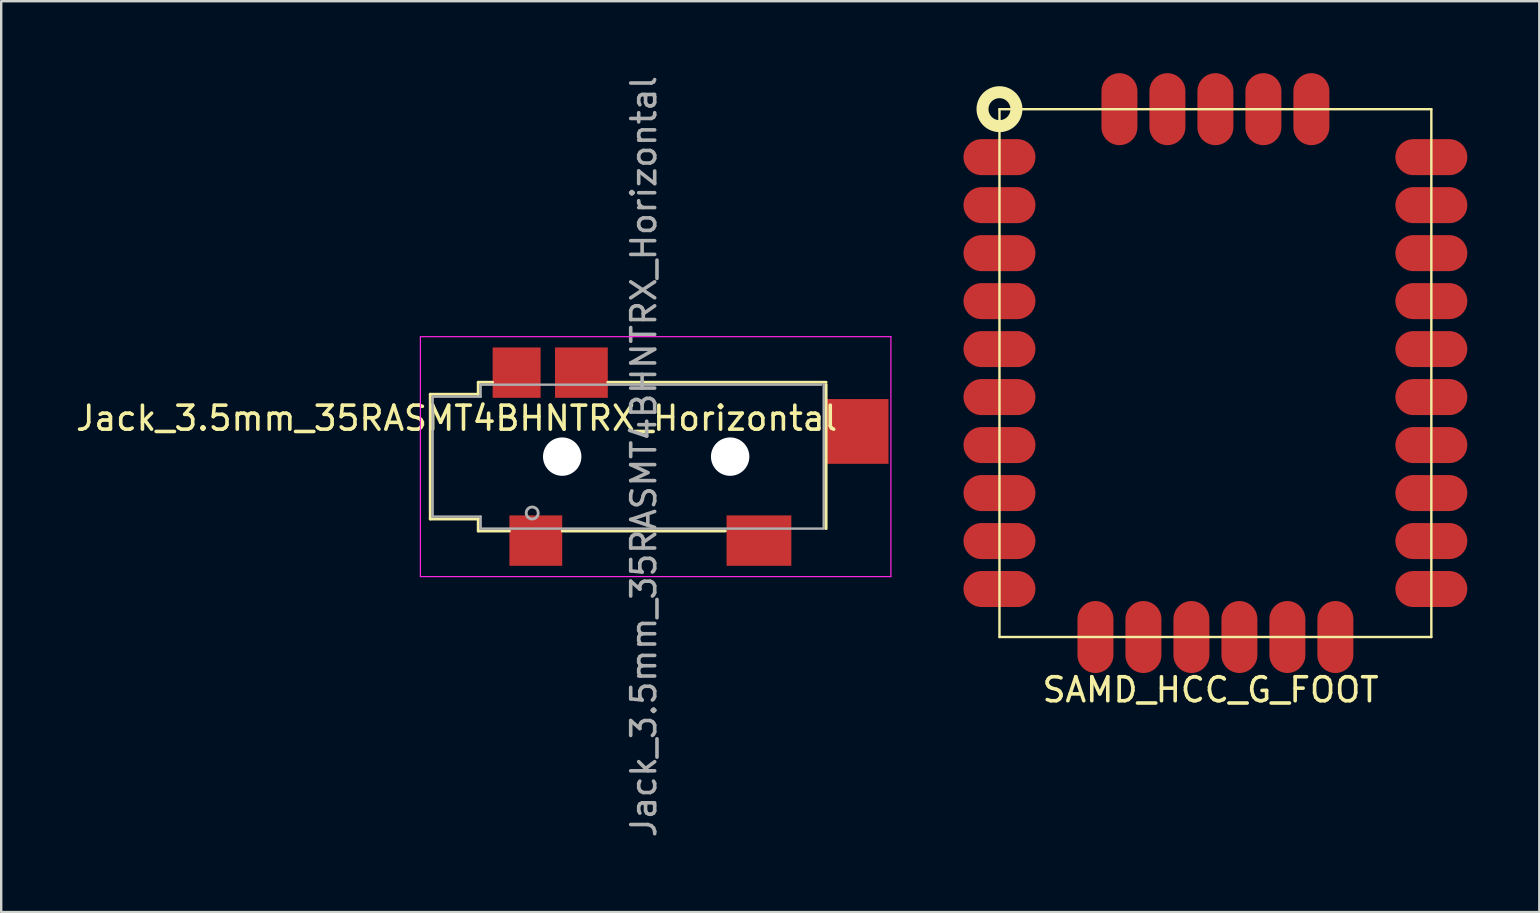
<source format=kicad_pcb>
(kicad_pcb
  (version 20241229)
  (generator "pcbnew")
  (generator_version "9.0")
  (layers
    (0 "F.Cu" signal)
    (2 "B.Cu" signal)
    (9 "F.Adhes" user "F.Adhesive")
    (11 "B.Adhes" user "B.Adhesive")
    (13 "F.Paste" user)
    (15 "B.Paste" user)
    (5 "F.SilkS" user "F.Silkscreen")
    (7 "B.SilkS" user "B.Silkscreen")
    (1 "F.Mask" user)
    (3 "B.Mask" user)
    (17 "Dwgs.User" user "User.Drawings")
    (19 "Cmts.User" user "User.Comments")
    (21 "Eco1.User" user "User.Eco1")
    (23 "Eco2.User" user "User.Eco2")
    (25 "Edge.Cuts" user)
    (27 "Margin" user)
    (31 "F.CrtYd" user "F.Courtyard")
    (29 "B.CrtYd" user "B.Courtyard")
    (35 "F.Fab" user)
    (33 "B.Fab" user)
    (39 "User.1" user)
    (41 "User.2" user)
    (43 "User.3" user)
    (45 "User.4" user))
  (footprint "SAMD_HCC_G_FOOT"
    (layer "F.Cu")
    (at 47.607 12.5)
    (property "Reference" "SAMD_HCC_G_FOOT" (at -0.2 13.2 0) (layer "F.SilkS") (effects (font (size 1 1) (thickness 0.15))))
    (attr through_hole)
    (fp_line (start -9 -11) (end 9 -11) (stroke (width 0.1) (type solid)) (layer "F.SilkS"))
    (fp_line (start -9 11) (end -9 -11) (stroke (width 0.1) (type solid)) (layer "F.SilkS"))
    (fp_line (start 9 -11) (end 9 11) (stroke (width 0.1) (type solid)) (layer "F.SilkS"))
    (fp_line (start 9 11) (end -9 11) (stroke (width 0.1) (type solid)) (layer "F.SilkS"))
    (fp_circle (center -9 -11) (end -8.5 -10.5) (stroke (width 0.5) (type solid)) (fill no) (layer "F.SilkS"))
    (pad "1" smd oval (at -9 -9) (size 3 1.5) (layers "F.Cu" "F.Mask" "F.Paste"))
    (pad "2" smd oval (at -9 -7) (size 3 1.5) (layers "F.Cu" "F.Mask" "F.Paste"))
    (pad "3" smd oval (at -9 -5) (size 3 1.5) (layers "F.Cu" "F.Mask" "F.Paste"))
    (pad "4" smd oval (at -9 -3) (size 3 1.5) (layers "F.Cu" "F.Mask" "F.Paste"))
    (pad "5" smd oval (at -9 -1) (size 3 1.5) (layers "F.Cu" "F.Mask" "F.Paste"))
    (pad "6" smd oval (at -9 1) (size 3 1.5) (layers "F.Cu" "F.Mask" "F.Paste"))
    (pad "7" smd oval (at -9 3) (size 3 1.5) (layers "F.Cu" "F.Mask" "F.Paste"))
    (pad "8" smd oval (at -9 5) (size 3 1.5) (layers "F.Cu" "F.Mask" "F.Paste"))
    (pad "9" smd oval (at -9 7) (size 3 1.5) (layers "F.Cu" "F.Mask" "F.Paste"))
    (pad "10" smd oval (at -9 9) (size 3 1.5) (layers "F.Cu" "F.Mask" "F.Paste"))
    (pad "11" smd oval (at -5 11 270) (size 3 1.5) (layers "F.Cu" "F.Mask" "F.Paste"))
    (pad "12" smd oval (at -3 11 270) (size 3 1.5) (layers "F.Cu" "F.Mask" "F.Paste"))
    (pad "13" smd oval (at -1 11 270) (size 3 1.5) (layers "F.Cu" "F.Mask" "F.Paste"))
    (pad "14" smd oval (at 1 11 270) (size 3 1.5) (layers "F.Cu" "F.Mask" "F.Paste"))
    (pad "15" smd oval (at 3 11 270) (size 3 1.5) (layers "F.Cu" "F.Mask" "F.Paste"))
    (pad "16" smd oval (at 5 11 270) (size 3 1.5) (layers "F.Cu" "F.Mask" "F.Paste"))
    (pad "17" smd oval (at 9 9) (size 3 1.5) (layers "F.Cu" "F.Mask" "F.Paste"))
    (pad "18" smd oval (at 9 7) (size 3 1.5) (layers "F.Cu" "F.Mask" "F.Paste"))
    (pad "19" smd oval (at 9 5) (size 3 1.5) (layers "F.Cu" "F.Mask" "F.Paste"))
    (pad "20" smd oval (at 9 3) (size 3 1.5) (layers "F.Cu" "F.Mask" "F.Paste"))
    (pad "21" smd oval (at 9 1) (size 3 1.5) (layers "F.Cu" "F.Mask" "F.Paste"))
    (pad "22" smd oval (at 9 -1) (size 3 1.5) (layers "F.Cu" "F.Mask" "F.Paste"))
    (pad "23" smd oval (at 9 -3) (size 3 1.5) (layers "F.Cu" "F.Mask" "F.Paste"))
    (pad "24" smd oval (at 9 -5) (size 3 1.5) (layers "F.Cu" "F.Mask" "F.Paste"))
    (pad "25" smd oval (at 9 -7) (size 3 1.5) (layers "F.Cu" "F.Mask" "F.Paste"))
    (pad "26" smd oval (at 9 -9) (size 3 1.5) (layers "F.Cu" "F.Mask" "F.Paste"))
    (pad "27" smd oval (at 4 -11 270) (size 3 1.5) (layers "F.Cu" "F.Mask" "F.Paste"))
    (pad "28" smd oval (at 2 -11 270) (size 3 1.5) (layers "F.Cu" "F.Mask" "F.Paste"))
    (pad "29" smd oval (at 0 -11 270) (size 3 1.5) (layers "F.Cu" "F.Mask" "F.Paste"))
    (pad "30" smd oval (at -2 -11 270) (size 3 1.5) (layers "F.Cu" "F.Mask" "F.Paste"))
    (pad "31" smd oval (at -4 -11 270) (size 3 1.5) (layers "F.Cu" "F.Mask" "F.Paste")))
  (footprint "Jack_3.5mm_35RASMT4BHNTRX_Horizontal"
    (layer "F.Cu")
    (at 16.882 15.982)
    (property "Reference" "Jack_3.5mm_35RASMT4BHNTRX_Horizontal" (at -0.9 -1.6 0) (layer "F.SilkS") (effects (font (size 1 1) (thickness 0.15))))
    (attr smd)
    (fp_line (start -2 -2.6) (end 0 -2.6) (stroke (width 0.12) (type solid)) (layer "F.SilkS"))
    (fp_line (start -2 2.6) (end -2 -2.6) (stroke (width 0.12) (type solid)) (layer "F.SilkS"))
    (fp_line (start 0 -3.1) (end 0.6 -3.1) (stroke (width 0.12) (type solid)) (layer "F.SilkS"))
    (fp_line (start 0 -2.6) (end 0 -3.1) (stroke (width 0.12) (type solid)) (layer "F.SilkS"))
    (fp_line (start 0 2.6) (end -2 2.6) (stroke (width 0.12) (type solid)) (layer "F.SilkS"))
    (fp_line (start 0 3.1) (end 0 2.6) (stroke (width 0.12) (type solid)) (layer "F.SilkS"))
    (fp_line (start 1.3 3.1) (end 0 3.1) (stroke (width 0.12) (type solid)) (layer "F.SilkS"))
    (fp_line (start 5.4 -3.1) (end 14.5 -3.1) (stroke (width 0.12) (type solid)) (layer "F.SilkS"))
    (fp_line (start 10.3 3.1) (end 3.5 3.1) (stroke (width 0.12) (type solid)) (layer "F.SilkS"))
    (fp_line (start 14.5 -3) (end 14.5 3) (stroke (width 0.12) (type solid)) (layer "F.SilkS"))
    (fp_line (start -2.41 5) (end -2.41 -5) (stroke (width 0.05) (type solid)) (layer "F.CrtYd"))
    (fp_line (start -2.41 5) (end 17.2 5) (stroke (width 0.05) (type solid)) (layer "F.CrtYd"))
    (fp_line (start 17.2 -5) (end -2.41 -5) (stroke (width 0.05) (type solid)) (layer "F.CrtYd"))
    (fp_line (start 17.2 5) (end 17.2 -5) (stroke (width 0.05) (type solid)) (layer "F.CrtYd"))
    (fp_line (start -1.9 -2.5) (end -1.9 2.5) (stroke (width 0.1) (type solid)) (layer "F.Fab"))
    (fp_line (start -1.9 2.5) (end 0.1 2.5) (stroke (width 0.1) (type solid)) (layer "F.Fab"))
    (fp_line (start 0.1 -3) (end 0.1 -2.5) (stroke (width 0.1) (type solid)) (layer "F.Fab"))
    (fp_line (start 0.1 -2.5) (end -1.9 -2.5) (stroke (width 0.1) (type solid)) (layer "F.Fab"))
    (fp_line (start 0.1 2.5) (end 0.1 3) (stroke (width 0.1) (type solid)) (layer "F.Fab"))
    (fp_line (start 0.1 3) (end 14.4 3) (stroke (width 0.1) (type solid)) (layer "F.Fab"))
    (fp_line (start 14.3 -3) (end 0.1 -3) (stroke (width 0.1) (type solid)) (layer "F.Fab"))
    (fp_line (start 14.4 3) (end 14.4 -3) (stroke (width 0.1) (type solid)) (layer "F.Fab"))
    (fp_circle (center 2.25 2.35) (end 2.25 2.1) (stroke (width 0.12) (type solid)) (fill no) (layer "F.Fab"))
    (fp_text user "${REFERENCE}" (at 6.9 0 90) (layer "F.Fab") (effects (font (size 1 1) (thickness 0.15))))
    (pad "" np_thru_hole circle (at 3.5 0 90) (size 1.6 1.6) (drill 1.6) (layers "*.Cu" "*.Mask"))
    (pad "" np_thru_hole circle (at 10.5 0 90) (size 1.6 1.6) (drill 1.6) (layers "*.Cu" "*.Mask"))
    (pad "R" smd rect (at 4.3 -3.5 90) (size 2.1 2.2) (layers "F.Cu" "F.Mask" "F.Paste"))
    (pad "RN" smd rect (at 1.6 -3.5 90) (size 2.1 2) (layers "F.Cu" "F.Mask" "F.Paste"))
    (pad "S" smd rect (at 2.4 3.5 90) (size 2.1 2.2) (layers "F.Cu" "F.Mask" "F.Paste"))
    (pad "T" smd rect (at 11.7 3.5 90) (size 2.1 2.7) (layers "F.Cu" "F.Mask" "F.Paste"))
    (pad "TN" smd rect (at 15.8 -1.05 90) (size 2.7 2.6) (layers "F.Cu" "F.Mask" "F.Paste")))
  (gr_rect
    (start -3 -3)
    (end 61.107 34.964)
    (stroke (width 0.1) (type default))
    (fill no)
    (layer "Edge.Cuts")))
</source>
